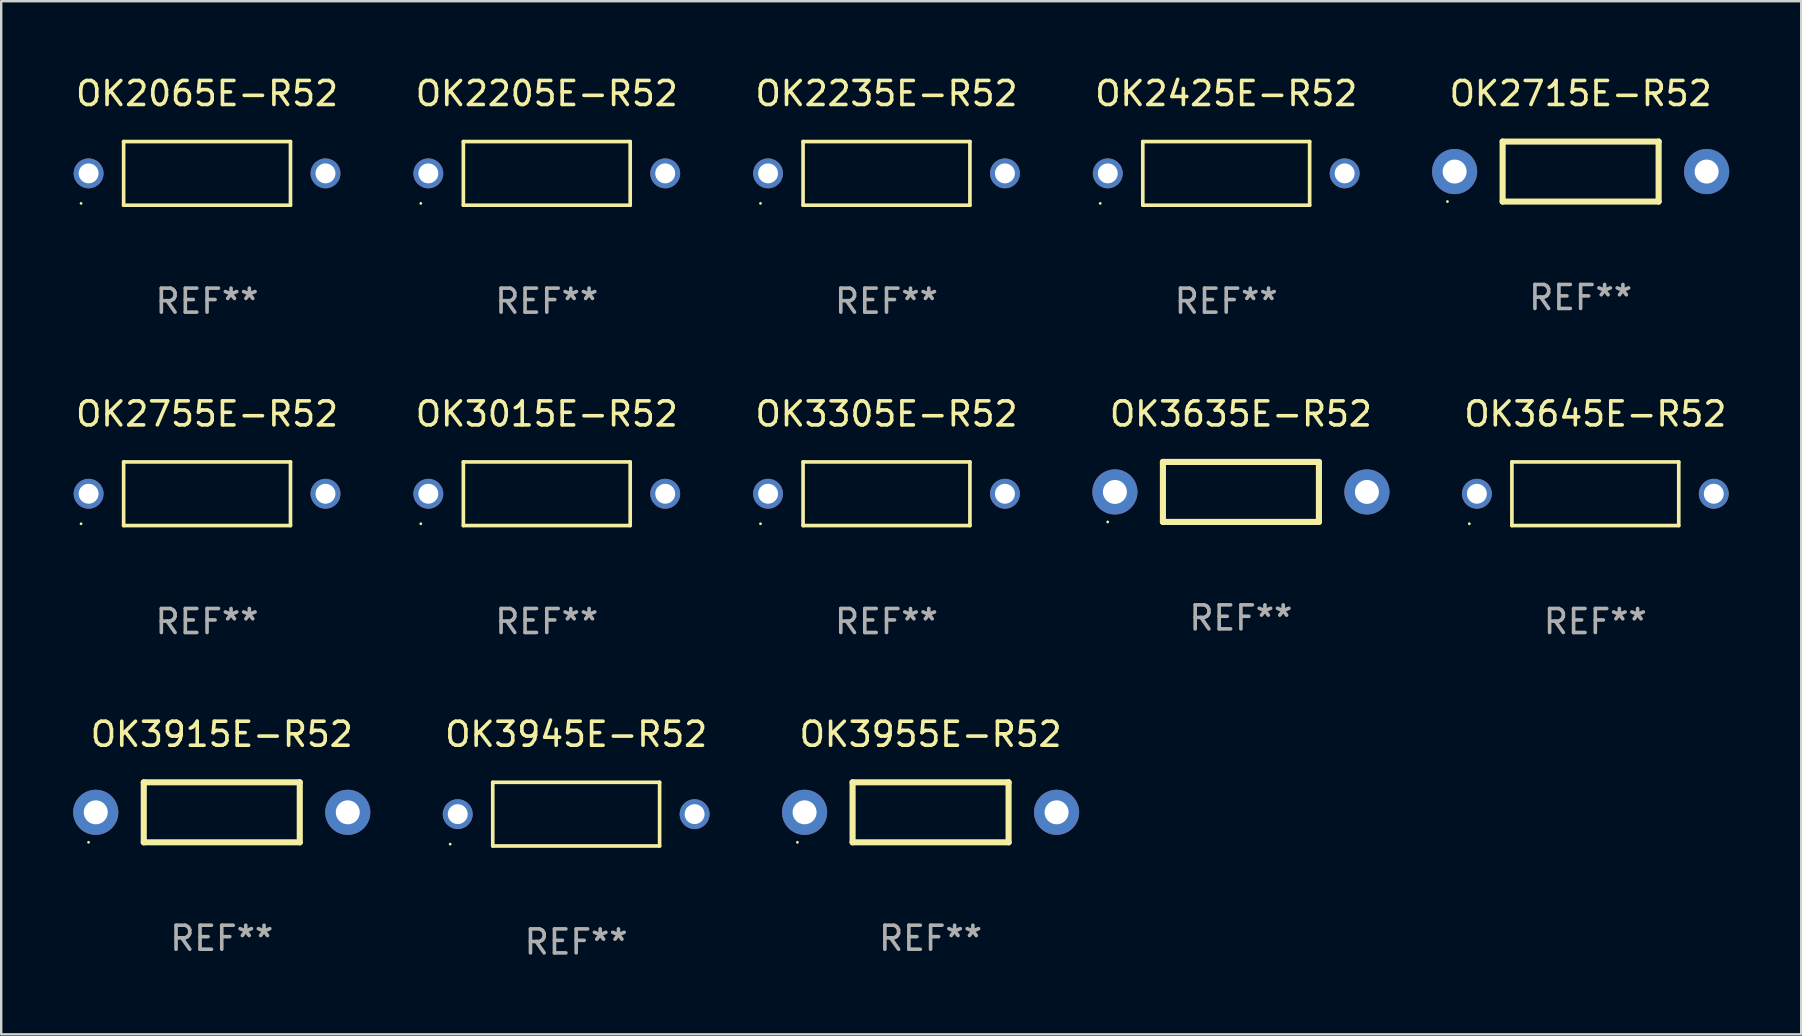
<source format=kicad_pcb>
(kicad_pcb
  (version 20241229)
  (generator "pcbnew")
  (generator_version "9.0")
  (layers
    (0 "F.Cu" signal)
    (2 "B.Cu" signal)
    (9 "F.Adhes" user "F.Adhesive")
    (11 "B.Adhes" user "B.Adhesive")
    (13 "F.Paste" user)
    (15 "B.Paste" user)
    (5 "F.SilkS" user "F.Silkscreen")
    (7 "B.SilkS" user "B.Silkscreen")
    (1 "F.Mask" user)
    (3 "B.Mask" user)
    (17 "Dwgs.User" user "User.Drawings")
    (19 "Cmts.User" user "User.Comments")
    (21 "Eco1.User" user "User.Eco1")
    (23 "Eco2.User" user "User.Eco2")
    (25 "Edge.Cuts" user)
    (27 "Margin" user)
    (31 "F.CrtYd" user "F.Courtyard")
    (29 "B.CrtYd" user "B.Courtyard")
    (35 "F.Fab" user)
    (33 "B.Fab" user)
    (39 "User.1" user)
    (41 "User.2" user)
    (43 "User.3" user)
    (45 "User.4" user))
  (footprint "OK3645E-R52"
    (layer "F.Cu")
    (at 63.421 17.523)
    (property "Reference" "OK3645E-R52" (at 0 -3.326 0) (layer "F.SilkS") (effects (font (size 1 1) (thickness 0.15))))
    (attr through_hole)
    (fp_line (start -3.476 -1.326) (end 3.476 -1.326) (stroke (width 0.152) (type solid)) (layer "F.SilkS"))
    (fp_line (start -3.476 1.326) (end -3.476 -1.326) (stroke (width 0.152) (type solid)) (layer "F.SilkS"))
    (fp_line (start 3.476 -1.326) (end 3.476 1.326) (stroke (width 0.152) (type solid)) (layer "F.SilkS"))
    (fp_line (start 3.476 1.326) (end -3.476 1.326) (stroke (width 0.152) (type solid)) (layer "F.SilkS"))
    (fp_circle (center -5.25 1.25) (end -5.22 1.25) (stroke (width 0.06) (type solid)) (fill no) (layer "F.SilkS"))
    (fp_text user "REF**" (at 0 5.326 0) (layer "F.Fab") (effects (font (size 1 1) (thickness 0.15))))
    (pad "1" thru_hole circle (at -4.935 -0.000013) (size 1.245 1.245) (drill 0.83) (layers "*.Cu" "*.Mask"))
    (pad "2" thru_hole circle (at 4.935 -0.000013) (size 1.245 1.245) (drill 0.83) (layers "*.Cu" "*.Mask")))
  (footprint "OK3945E-R52"
    (layer "F.Cu")
    (at 20.957 30.872)
    (property "Reference" "OK3945E-R52" (at 0 -3.326 0) (layer "F.SilkS") (effects (font (size 1 1) (thickness 0.15))))
    (attr through_hole)
    (fp_line (start -3.476 -1.326) (end 3.476 -1.326) (stroke (width 0.152) (type solid)) (layer "F.SilkS"))
    (fp_line (start -3.476 1.326) (end -3.476 -1.326) (stroke (width 0.152) (type solid)) (layer "F.SilkS"))
    (fp_line (start 3.476 -1.326) (end 3.476 1.326) (stroke (width 0.152) (type solid)) (layer "F.SilkS"))
    (fp_line (start 3.476 1.326) (end -3.476 1.326) (stroke (width 0.152) (type solid)) (layer "F.SilkS"))
    (fp_circle (center -5.25 1.25) (end -5.22 1.25) (stroke (width 0.06) (type solid)) (fill no) (layer "F.SilkS"))
    (fp_text user "REF**" (at 0 5.326 0) (layer "F.Fab") (effects (font (size 1 1) (thickness 0.15))))
    (pad "1" thru_hole circle (at -4.935 -0.000013) (size 1.245 1.245) (drill 0.83) (layers "*.Cu" "*.Mask"))
    (pad "2" thru_hole circle (at 4.935 -0.000013) (size 1.245 1.245) (drill 0.83) (layers "*.Cu" "*.Mask")))
  (footprint "OK3955E-R52"
    (layer "F.Cu")
    (at 35.724 30.796)
    (property "Reference" "OK3955E-R52" (at 0 -3.25 0) (layer "F.SilkS") (effects (font (size 1 1) (thickness 0.15))))
    (attr through_hole)
    (fp_line (start -3.25 -1.25) (end 3.25 -1.25) (stroke (width 0.254) (type solid)) (layer "F.SilkS"))
    (fp_line (start -3.25 1.25) (end -3.25 -1.25) (stroke (width 0.254) (type solid)) (layer "F.SilkS"))
    (fp_line (start 3.25 1.25) (end -3.25 1.25) (stroke (width 0.254) (type solid)) (layer "F.SilkS"))
    (fp_line (start 3.25 1.25) (end 3.25 -1.25) (stroke (width 0.254) (type solid)) (layer "F.SilkS"))
    (fp_circle (center -5.55 1.25) (end -5.52 1.25) (stroke (width 0.06) (type solid)) (fill no) (layer "F.SilkS"))
    (fp_text user "REF**" (at 0 5.25 0) (layer "F.Fab") (effects (font (size 1 1) (thickness 0.15))))
    (pad "1" thru_hole circle (at -5.25 0) (size 1.88 1.88) (drill 1) (layers "*.Cu" "*.Mask"))
    (pad "2" thru_hole circle (at 5.25 0) (size 1.88 1.88) (drill 1) (layers "*.Cu" "*.Mask")))
  (footprint "OK3635E-R52"
    (layer "F.Cu")
    (at 48.654 17.447)
    (property "Reference" "OK3635E-R52" (at 0 -3.25 0) (layer "F.SilkS") (effects (font (size 1 1) (thickness 0.15))))
    (attr through_hole)
    (fp_line (start -3.25 -1.25) (end 3.25 -1.25) (stroke (width 0.254) (type solid)) (layer "F.SilkS"))
    (fp_line (start -3.25 1.25) (end -3.25 -1.25) (stroke (width 0.254) (type solid)) (layer "F.SilkS"))
    (fp_line (start 3.25 1.25) (end -3.25 1.25) (stroke (width 0.254) (type solid)) (layer "F.SilkS"))
    (fp_line (start 3.25 1.25) (end 3.25 -1.25) (stroke (width 0.254) (type solid)) (layer "F.SilkS"))
    (fp_circle (center -5.55 1.25) (end -5.52 1.25) (stroke (width 0.06) (type solid)) (fill no) (layer "F.SilkS"))
    (fp_text user "REF**" (at 0 5.25 0) (layer "F.Fab") (effects (font (size 1 1) (thickness 0.15))))
    (pad "1" thru_hole circle (at -5.25 0) (size 1.88 1.88) (drill 1) (layers "*.Cu" "*.Mask"))
    (pad "2" thru_hole circle (at 5.25 0) (size 1.88 1.88) (drill 1) (layers "*.Cu" "*.Mask")))
  (footprint "OK2425E-R52"
    (layer "F.Cu")
    (at 48.042 4.174)
    (property "Reference" "OK2425E-R52" (at 0 -3.326 0) (layer "F.SilkS") (effects (font (size 1 1) (thickness 0.15))))
    (attr through_hole)
    (fp_line (start -3.476 -1.326) (end 3.476 -1.326) (stroke (width 0.152) (type solid)) (layer "F.SilkS"))
    (fp_line (start -3.476 1.326) (end -3.476 -1.326) (stroke (width 0.152) (type solid)) (layer "F.SilkS"))
    (fp_line (start 3.476 -1.326) (end 3.476 1.326) (stroke (width 0.152) (type solid)) (layer "F.SilkS"))
    (fp_line (start 3.476 1.326) (end -3.476 1.326) (stroke (width 0.152) (type solid)) (layer "F.SilkS"))
    (fp_circle (center -5.25 1.25) (end -5.22 1.25) (stroke (width 0.06) (type solid)) (fill no) (layer "F.SilkS"))
    (fp_text user "REF**" (at 0 5.326 0) (layer "F.Fab") (effects (font (size 1 1) (thickness 0.15))))
    (pad "1" thru_hole circle (at -4.935 -0.000013) (size 1.245 1.245) (drill 0.83) (layers "*.Cu" "*.Mask"))
    (pad "2" thru_hole circle (at 4.935 -0.000013) (size 1.245 1.245) (drill 0.83) (layers "*.Cu" "*.Mask")))
  (footprint "OK2715E-R52"
    (layer "F.Cu")
    (at 62.809 4.098)
    (property "Reference" "OK2715E-R52" (at 0 -3.25 0) (layer "F.SilkS") (effects (font (size 1 1) (thickness 0.15))))
    (attr through_hole)
    (fp_line (start -3.25 -1.25) (end 3.25 -1.25) (stroke (width 0.254) (type solid)) (layer "F.SilkS"))
    (fp_line (start -3.25 1.25) (end -3.25 -1.25) (stroke (width 0.254) (type solid)) (layer "F.SilkS"))
    (fp_line (start 3.25 1.25) (end -3.25 1.25) (stroke (width 0.254) (type solid)) (layer "F.SilkS"))
    (fp_line (start 3.25 1.25) (end 3.25 -1.25) (stroke (width 0.254) (type solid)) (layer "F.SilkS"))
    (fp_circle (center -5.55 1.25) (end -5.52 1.25) (stroke (width 0.06) (type solid)) (fill no) (layer "F.SilkS"))
    (fp_text user "REF**" (at 0 5.25 0) (layer "F.Fab") (effects (font (size 1 1) (thickness 0.15))))
    (pad "1" thru_hole circle (at -5.25 0) (size 1.88 1.88) (drill 1) (layers "*.Cu" "*.Mask"))
    (pad "2" thru_hole circle (at 5.25 0) (size 1.88 1.88) (drill 1) (layers "*.Cu" "*.Mask")))
  (footprint "OK2235E-R52"
    (layer "F.Cu")
    (at 33.887 4.174)
    (property "Reference" "OK2235E-R52" (at 0 -3.326 0) (layer "F.SilkS") (effects (font (size 1 1) (thickness 0.15))))
    (attr through_hole)
    (fp_line (start -3.476 -1.326) (end 3.476 -1.326) (stroke (width 0.152) (type solid)) (layer "F.SilkS"))
    (fp_line (start -3.476 1.326) (end -3.476 -1.326) (stroke (width 0.152) (type solid)) (layer "F.SilkS"))
    (fp_line (start 3.476 -1.326) (end 3.476 1.326) (stroke (width 0.152) (type solid)) (layer "F.SilkS"))
    (fp_line (start 3.476 1.326) (end -3.476 1.326) (stroke (width 0.152) (type solid)) (layer "F.SilkS"))
    (fp_circle (center -5.25 1.25) (end -5.22 1.25) (stroke (width 0.06) (type solid)) (fill no) (layer "F.SilkS"))
    (fp_text user "REF**" (at 0 5.326 0) (layer "F.Fab") (effects (font (size 1 1) (thickness 0.15))))
    (pad "1" thru_hole circle (at -4.935 -0.000013) (size 1.245 1.245) (drill 0.83) (layers "*.Cu" "*.Mask"))
    (pad "2" thru_hole circle (at 4.935 -0.000013) (size 1.245 1.245) (drill 0.83) (layers "*.Cu" "*.Mask")))
  (footprint "OK3915E-R52"
    (layer "F.Cu")
    (at 6.19 30.796)
    (property "Reference" "OK3915E-R52" (at 0 -3.25 0) (layer "F.SilkS") (effects (font (size 1 1) (thickness 0.15))))
    (attr through_hole)
    (fp_line (start -3.25 -1.25) (end 3.25 -1.25) (stroke (width 0.254) (type solid)) (layer "F.SilkS"))
    (fp_line (start -3.25 1.25) (end -3.25 -1.25) (stroke (width 0.254) (type solid)) (layer "F.SilkS"))
    (fp_line (start 3.25 1.25) (end -3.25 1.25) (stroke (width 0.254) (type solid)) (layer "F.SilkS"))
    (fp_line (start 3.25 1.25) (end 3.25 -1.25) (stroke (width 0.254) (type solid)) (layer "F.SilkS"))
    (fp_circle (center -5.55 1.25) (end -5.52 1.25) (stroke (width 0.06) (type solid)) (fill no) (layer "F.SilkS"))
    (fp_text user "REF**" (at 0 5.25 0) (layer "F.Fab") (effects (font (size 1 1) (thickness 0.15))))
    (pad "1" thru_hole circle (at -5.25 0) (size 1.88 1.88) (drill 1) (layers "*.Cu" "*.Mask"))
    (pad "2" thru_hole circle (at 5.25 0) (size 1.88 1.88) (drill 1) (layers "*.Cu" "*.Mask")))
  (footprint "OK2205E-R52"
    (layer "F.Cu")
    (at 19.732 4.174)
    (property "Reference" "OK2205E-R52" (at 0 -3.326 0) (layer "F.SilkS") (effects (font (size 1 1) (thickness 0.15))))
    (attr through_hole)
    (fp_line (start -3.476 -1.326) (end 3.476 -1.326) (stroke (width 0.152) (type solid)) (layer "F.SilkS"))
    (fp_line (start -3.476 1.326) (end -3.476 -1.326) (stroke (width 0.152) (type solid)) (layer "F.SilkS"))
    (fp_line (start 3.476 -1.326) (end 3.476 1.326) (stroke (width 0.152) (type solid)) (layer "F.SilkS"))
    (fp_line (start 3.476 1.326) (end -3.476 1.326) (stroke (width 0.152) (type solid)) (layer "F.SilkS"))
    (fp_circle (center -5.25 1.25) (end -5.22 1.25) (stroke (width 0.06) (type solid)) (fill no) (layer "F.SilkS"))
    (fp_text user "REF**" (at 0 5.326 0) (layer "F.Fab") (effects (font (size 1 1) (thickness 0.15))))
    (pad "1" thru_hole circle (at -4.935 -0.000013) (size 1.245 1.245) (drill 0.83) (layers "*.Cu" "*.Mask"))
    (pad "2" thru_hole circle (at 4.935 -0.000013) (size 1.245 1.245) (drill 0.83) (layers "*.Cu" "*.Mask")))
  (footprint "OK3015E-R52"
    (layer "F.Cu")
    (at 19.732 17.523)
    (property "Reference" "OK3015E-R52" (at 0 -3.326 0) (layer "F.SilkS") (effects (font (size 1 1) (thickness 0.15))))
    (attr through_hole)
    (fp_line (start -3.476 -1.326) (end 3.476 -1.326) (stroke (width 0.152) (type solid)) (layer "F.SilkS"))
    (fp_line (start -3.476 1.326) (end -3.476 -1.326) (stroke (width 0.152) (type solid)) (layer "F.SilkS"))
    (fp_line (start 3.476 -1.326) (end 3.476 1.326) (stroke (width 0.152) (type solid)) (layer "F.SilkS"))
    (fp_line (start 3.476 1.326) (end -3.476 1.326) (stroke (width 0.152) (type solid)) (layer "F.SilkS"))
    (fp_circle (center -5.25 1.25) (end -5.22 1.25) (stroke (width 0.06) (type solid)) (fill no) (layer "F.SilkS"))
    (fp_text user "REF**" (at 0 5.326 0) (layer "F.Fab") (effects (font (size 1 1) (thickness 0.15))))
    (pad "1" thru_hole circle (at -4.935 -0.000013) (size 1.245 1.245) (drill 0.83) (layers "*.Cu" "*.Mask"))
    (pad "2" thru_hole circle (at 4.935 -0.000013) (size 1.245 1.245) (drill 0.83) (layers "*.Cu" "*.Mask")))
  (footprint "OK2755E-R52"
    (layer "F.Cu")
    (at 5.577 17.523)
    (property "Reference" "OK2755E-R52" (at 0 -3.326 0) (layer "F.SilkS") (effects (font (size 1 1) (thickness 0.15))))
    (attr through_hole)
    (fp_line (start -3.476 -1.326) (end 3.476 -1.326) (stroke (width 0.152) (type solid)) (layer "F.SilkS"))
    (fp_line (start -3.476 1.326) (end -3.476 -1.326) (stroke (width 0.152) (type solid)) (layer "F.SilkS"))
    (fp_line (start 3.476 -1.326) (end 3.476 1.326) (stroke (width 0.152) (type solid)) (layer "F.SilkS"))
    (fp_line (start 3.476 1.326) (end -3.476 1.326) (stroke (width 0.152) (type solid)) (layer "F.SilkS"))
    (fp_circle (center -5.25 1.25) (end -5.22 1.25) (stroke (width 0.06) (type solid)) (fill no) (layer "F.SilkS"))
    (fp_text user "REF**" (at 0 5.326 0) (layer "F.Fab") (effects (font (size 1 1) (thickness 0.15))))
    (pad "1" thru_hole circle (at -4.935 -0.000013) (size 1.245 1.245) (drill 0.83) (layers "*.Cu" "*.Mask"))
    (pad "2" thru_hole circle (at 4.935 -0.000013) (size 1.245 1.245) (drill 0.83) (layers "*.Cu" "*.Mask")))
  (footprint "OK2065E-R52"
    (layer "F.Cu")
    (at 5.577 4.174)
    (property "Reference" "OK2065E-R52" (at 0 -3.326 0) (layer "F.SilkS") (effects (font (size 1 1) (thickness 0.15))))
    (attr through_hole)
    (fp_line (start -3.476 -1.326) (end 3.476 -1.326) (stroke (width 0.152) (type solid)) (layer "F.SilkS"))
    (fp_line (start -3.476 1.326) (end -3.476 -1.326) (stroke (width 0.152) (type solid)) (layer "F.SilkS"))
    (fp_line (start 3.476 -1.326) (end 3.476 1.326) (stroke (width 0.152) (type solid)) (layer "F.SilkS"))
    (fp_line (start 3.476 1.326) (end -3.476 1.326) (stroke (width 0.152) (type solid)) (layer "F.SilkS"))
    (fp_circle (center -5.25 1.25) (end -5.22 1.25) (stroke (width 0.06) (type solid)) (fill no) (layer "F.SilkS"))
    (fp_text user "REF**" (at 0 5.326 0) (layer "F.Fab") (effects (font (size 1 1) (thickness 0.15))))
    (pad "1" thru_hole circle (at -4.935 -0.000013) (size 1.245 1.245) (drill 0.83) (layers "*.Cu" "*.Mask"))
    (pad "2" thru_hole circle (at 4.935 -0.000013) (size 1.245 1.245) (drill 0.83) (layers "*.Cu" "*.Mask")))
  (footprint "OK3305E-R52"
    (layer "F.Cu")
    (at 33.887 17.523)
    (property "Reference" "OK3305E-R52" (at 0 -3.326 0) (layer "F.SilkS") (effects (font (size 1 1) (thickness 0.15))))
    (attr through_hole)
    (fp_line (start -3.476 -1.326) (end 3.476 -1.326) (stroke (width 0.152) (type solid)) (layer "F.SilkS"))
    (fp_line (start -3.476 1.326) (end -3.476 -1.326) (stroke (width 0.152) (type solid)) (layer "F.SilkS"))
    (fp_line (start 3.476 -1.326) (end 3.476 1.326) (stroke (width 0.152) (type solid)) (layer "F.SilkS"))
    (fp_line (start 3.476 1.326) (end -3.476 1.326) (stroke (width 0.152) (type solid)) (layer "F.SilkS"))
    (fp_circle (center -5.25 1.25) (end -5.22 1.25) (stroke (width 0.06) (type solid)) (fill no) (layer "F.SilkS"))
    (fp_text user "REF**" (at 0 5.326 0) (layer "F.Fab") (effects (font (size 1 1) (thickness 0.15))))
    (pad "1" thru_hole circle (at -4.935 -0.000013) (size 1.245 1.245) (drill 0.83) (layers "*.Cu" "*.Mask"))
    (pad "2" thru_hole circle (at 4.935 -0.000013) (size 1.245 1.245) (drill 0.83) (layers "*.Cu" "*.Mask")))
  (gr_rect
    (start -3 -3)
    (end 71.999 40.047)
    (stroke (width 0.1) (type default))
    (fill no)
    (layer "Edge.Cuts")))
</source>
